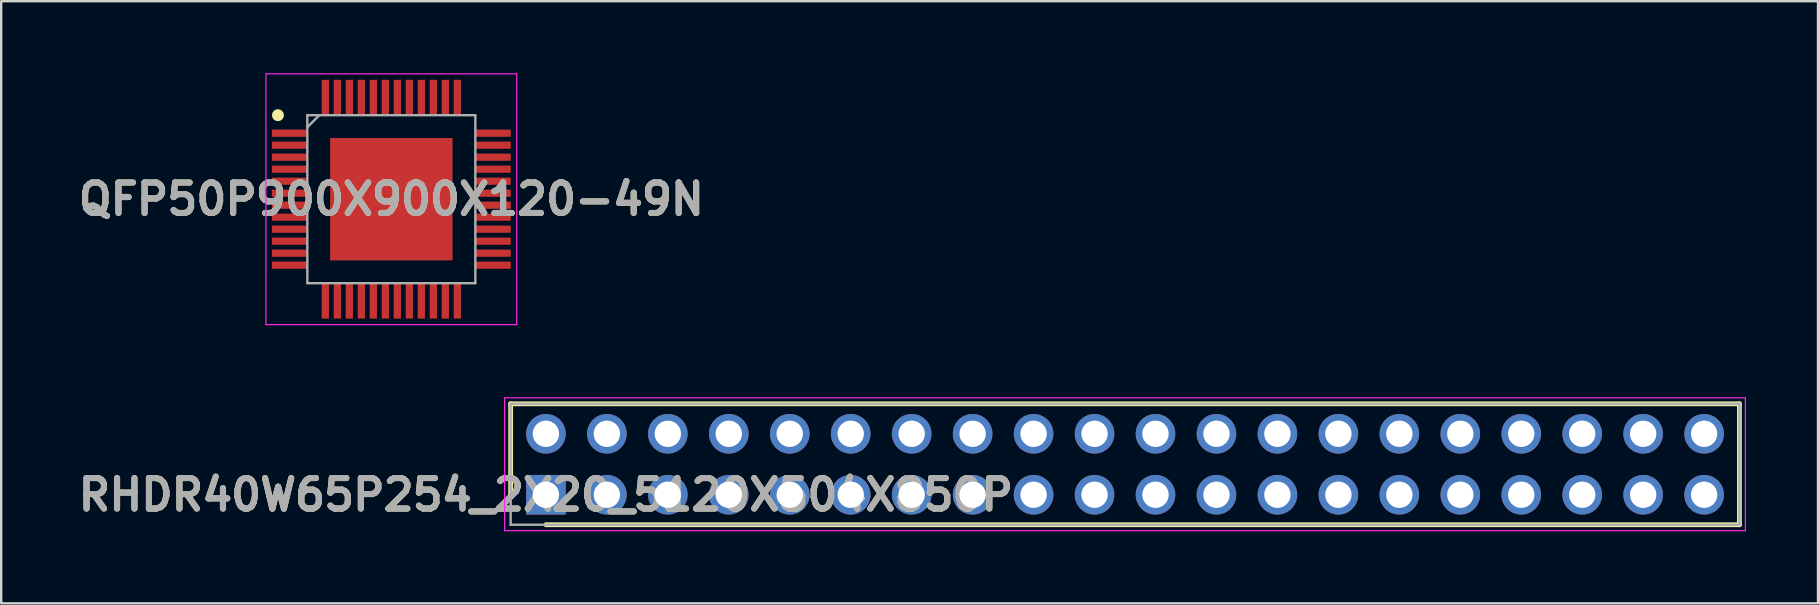
<source format=kicad_pcb>
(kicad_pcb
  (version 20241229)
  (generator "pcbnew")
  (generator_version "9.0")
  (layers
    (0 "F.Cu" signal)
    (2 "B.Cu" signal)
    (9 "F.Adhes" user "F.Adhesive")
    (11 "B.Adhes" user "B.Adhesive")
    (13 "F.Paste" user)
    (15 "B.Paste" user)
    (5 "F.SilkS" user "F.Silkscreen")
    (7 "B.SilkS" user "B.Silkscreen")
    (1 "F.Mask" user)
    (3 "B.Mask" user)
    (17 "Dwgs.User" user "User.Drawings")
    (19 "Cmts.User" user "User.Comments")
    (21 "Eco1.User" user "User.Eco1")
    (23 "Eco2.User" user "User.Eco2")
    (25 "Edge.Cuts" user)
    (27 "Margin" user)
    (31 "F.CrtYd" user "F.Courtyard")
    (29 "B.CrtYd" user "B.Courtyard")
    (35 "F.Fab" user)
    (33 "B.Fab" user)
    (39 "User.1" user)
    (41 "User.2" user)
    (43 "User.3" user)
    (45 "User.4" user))
  (footprint "RHDR40W65P254_2X20_5120X504X850P"
    (layer "F.Cu")
    (at 19.697 17.565)
    (property "Reference" "RHDR40W65P254_2X20_5120X504X850P" (at 0 0 0) (layer "F.SilkS") (effects (font (size 1.27 1.27) (thickness 0.254))))
    (attr through_hole)
    (fp_line (start -1.47 -3.79) (end -1.47 0) (stroke (width 0.2) (type solid)) (layer "F.SilkS"))
    (fp_line (start 0 1.25) (end 49.73 1.25) (stroke (width 0.2) (type solid)) (layer "F.SilkS"))
    (fp_line (start 49.73 -3.79) (end -1.47 -3.79) (stroke (width 0.2) (type solid)) (layer "F.SilkS"))
    (fp_line (start 49.73 1.25) (end 49.73 -3.79) (stroke (width 0.2) (type solid)) (layer "F.SilkS"))
    (fp_line (start -1.72 -4.04) (end 49.98 -4.04) (stroke (width 0.05) (type solid)) (layer "F.CrtYd"))
    (fp_line (start -1.72 1.5) (end -1.72 -4.04) (stroke (width 0.05) (type solid)) (layer "F.CrtYd"))
    (fp_line (start 49.98 -4.04) (end 49.98 1.5) (stroke (width 0.05) (type solid)) (layer "F.CrtYd"))
    (fp_line (start 49.98 1.5) (end -1.72 1.5) (stroke (width 0.05) (type solid)) (layer "F.CrtYd"))
    (fp_line (start -1.47 -3.79) (end 49.73 -3.79) (stroke (width 0.1) (type solid)) (layer "F.Fab"))
    (fp_line (start -1.47 1.25) (end -1.47 -3.79) (stroke (width 0.1) (type solid)) (layer "F.Fab"))
    (fp_line (start 49.73 -3.79) (end 49.73 1.25) (stroke (width 0.1) (type solid)) (layer "F.Fab"))
    (fp_line (start 49.73 1.25) (end -1.47 1.25) (stroke (width 0.1) (type solid)) (layer "F.Fab"))
    (fp_text user "${REFERENCE}" (at 0 0 0) (layer "F.Fab") (effects (font (size 1.27 1.27) (thickness 0.254))))
    (pad "1" thru_hole rect (at 0 0) (size 1.65 1.65) (drill 1.1) (layers "*.Cu" "*.Mask"))
    (pad "2" thru_hole circle (at 0 -2.54) (size 1.65 1.65) (drill 1.1) (layers "*.Cu" "*.Mask"))
    (pad "3" thru_hole circle (at 2.54 0) (size 1.65 1.65) (drill 1.1) (layers "*.Cu" "*.Mask"))
    (pad "4" thru_hole circle (at 2.54 -2.54) (size 1.65 1.65) (drill 1.1) (layers "*.Cu" "*.Mask"))
    (pad "5" thru_hole circle (at 5.08 0) (size 1.65 1.65) (drill 1.1) (layers "*.Cu" "*.Mask"))
    (pad "6" thru_hole circle (at 5.08 -2.54) (size 1.65 1.65) (drill 1.1) (layers "*.Cu" "*.Mask"))
    (pad "7" thru_hole circle (at 7.62 0) (size 1.65 1.65) (drill 1.1) (layers "*.Cu" "*.Mask"))
    (pad "8" thru_hole circle (at 7.62 -2.54) (size 1.65 1.65) (drill 1.1) (layers "*.Cu" "*.Mask"))
    (pad "9" thru_hole circle (at 10.16 0) (size 1.65 1.65) (drill 1.1) (layers "*.Cu" "*.Mask"))
    (pad "10" thru_hole circle (at 10.16 -2.54) (size 1.65 1.65) (drill 1.1) (layers "*.Cu" "*.Mask"))
    (pad "11" thru_hole circle (at 12.7 0) (size 1.65 1.65) (drill 1.1) (layers "*.Cu" "*.Mask"))
    (pad "12" thru_hole circle (at 12.7 -2.54) (size 1.65 1.65) (drill 1.1) (layers "*.Cu" "*.Mask"))
    (pad "13" thru_hole circle (at 15.24 0) (size 1.65 1.65) (drill 1.1) (layers "*.Cu" "*.Mask"))
    (pad "14" thru_hole circle (at 15.24 -2.54) (size 1.65 1.65) (drill 1.1) (layers "*.Cu" "*.Mask"))
    (pad "15" thru_hole circle (at 17.78 0) (size 1.65 1.65) (drill 1.1) (layers "*.Cu" "*.Mask"))
    (pad "16" thru_hole circle (at 17.78 -2.54) (size 1.65 1.65) (drill 1.1) (layers "*.Cu" "*.Mask"))
    (pad "17" thru_hole circle (at 20.32 0) (size 1.65 1.65) (drill 1.1) (layers "*.Cu" "*.Mask"))
    (pad "18" thru_hole circle (at 20.32 -2.54) (size 1.65 1.65) (drill 1.1) (layers "*.Cu" "*.Mask"))
    (pad "19" thru_hole circle (at 22.86 0) (size 1.65 1.65) (drill 1.1) (layers "*.Cu" "*.Mask"))
    (pad "20" thru_hole circle (at 22.86 -2.54) (size 1.65 1.65) (drill 1.1) (layers "*.Cu" "*.Mask"))
    (pad "21" thru_hole circle (at 25.4 0) (size 1.65 1.65) (drill 1.1) (layers "*.Cu" "*.Mask"))
    (pad "22" thru_hole circle (at 25.4 -2.54) (size 1.65 1.65) (drill 1.1) (layers "*.Cu" "*.Mask"))
    (pad "23" thru_hole circle (at 27.94 0) (size 1.65 1.65) (drill 1.1) (layers "*.Cu" "*.Mask"))
    (pad "24" thru_hole circle (at 27.94 -2.54) (size 1.65 1.65) (drill 1.1) (layers "*.Cu" "*.Mask"))
    (pad "25" thru_hole circle (at 30.48 0) (size 1.65 1.65) (drill 1.1) (layers "*.Cu" "*.Mask"))
    (pad "26" thru_hole circle (at 30.48 -2.54) (size 1.65 1.65) (drill 1.1) (layers "*.Cu" "*.Mask"))
    (pad "27" thru_hole circle (at 33.02 0) (size 1.65 1.65) (drill 1.1) (layers "*.Cu" "*.Mask"))
    (pad "28" thru_hole circle (at 33.02 -2.54) (size 1.65 1.65) (drill 1.1) (layers "*.Cu" "*.Mask"))
    (pad "29" thru_hole circle (at 35.56 0) (size 1.65 1.65) (drill 1.1) (layers "*.Cu" "*.Mask"))
    (pad "30" thru_hole circle (at 35.56 -2.54) (size 1.65 1.65) (drill 1.1) (layers "*.Cu" "*.Mask"))
    (pad "31" thru_hole circle (at 38.1 0) (size 1.65 1.65) (drill 1.1) (layers "*.Cu" "*.Mask"))
    (pad "32" thru_hole circle (at 38.1 -2.54) (size 1.65 1.65) (drill 1.1) (layers "*.Cu" "*.Mask"))
    (pad "33" thru_hole circle (at 40.64 0) (size 1.65 1.65) (drill 1.1) (layers "*.Cu" "*.Mask"))
    (pad "34" thru_hole circle (at 40.64 -2.54) (size 1.65 1.65) (drill 1.1) (layers "*.Cu" "*.Mask"))
    (pad "35" thru_hole circle (at 43.18 0) (size 1.65 1.65) (drill 1.1) (layers "*.Cu" "*.Mask"))
    (pad "36" thru_hole circle (at 43.18 -2.54) (size 1.65 1.65) (drill 1.1) (layers "*.Cu" "*.Mask"))
    (pad "37" thru_hole circle (at 45.72 0) (size 1.65 1.65) (drill 1.1) (layers "*.Cu" "*.Mask"))
    (pad "38" thru_hole circle (at 45.72 -2.54) (size 1.65 1.65) (drill 1.1) (layers "*.Cu" "*.Mask"))
    (pad "39" thru_hole circle (at 48.26 0) (size 1.65 1.65) (drill 1.1) (layers "*.Cu" "*.Mask"))
    (pad "40" thru_hole circle (at 48.26 -2.54) (size 1.65 1.65) (drill 1.1) (layers "*.Cu" "*.Mask")))
  (footprint "QFP50P900X900X120-49N"
    (layer "F.Cu")
    (at 13.256 5.25)
    (property "Reference" "QFP50P900X900X120-49N" (at 0 0 0) (layer "F.SilkS") (effects (font (size 1.27 1.27) (thickness 0.254))))
    (attr smd)
    (fp_circle (center -4.725 -3.5) (end -4.725 -3.375) (stroke (width 0.25) (type solid)) (fill no) (layer "F.SilkS"))
    (fp_line (start -5.225 -5.225) (end 5.225 -5.225) (stroke (width 0.05) (type solid)) (layer "F.CrtYd"))
    (fp_line (start -5.225 5.225) (end -5.225 -5.225) (stroke (width 0.05) (type solid)) (layer "F.CrtYd"))
    (fp_line (start 5.225 -5.225) (end 5.225 5.225) (stroke (width 0.05) (type solid)) (layer "F.CrtYd"))
    (fp_line (start 5.225 5.225) (end -5.225 5.225) (stroke (width 0.05) (type solid)) (layer "F.CrtYd"))
    (fp_line (start -3.5 -3.5) (end 3.5 -3.5) (stroke (width 0.1) (type solid)) (layer "F.Fab"))
    (fp_line (start -3.5 -3) (end -3 -3.5) (stroke (width 0.1) (type solid)) (layer "F.Fab"))
    (fp_line (start -3.5 3.5) (end -3.5 -3.5) (stroke (width 0.1) (type solid)) (layer "F.Fab"))
    (fp_line (start 3.5 -3.5) (end 3.5 3.5) (stroke (width 0.1) (type solid)) (layer "F.Fab"))
    (fp_line (start 3.5 3.5) (end -3.5 3.5) (stroke (width 0.1) (type solid)) (layer "F.Fab"))
    (fp_text user "${REFERENCE}" (at 0 0 0) (layer "F.Fab") (effects (font (size 1.27 1.27) (thickness 0.254))))
    (pad "1" smd rect (at -4.238 -2.75 90) (size 0.3 1.475) (layers "F.Cu" "F.Mask" "F.Paste"))
    (pad "2" smd rect (at -4.238 -2.25 90) (size 0.3 1.475) (layers "F.Cu" "F.Mask" "F.Paste"))
    (pad "3" smd rect (at -4.238 -1.75 90) (size 0.3 1.475) (layers "F.Cu" "F.Mask" "F.Paste"))
    (pad "4" smd rect (at -4.238 -1.25 90) (size 0.3 1.475) (layers "F.Cu" "F.Mask" "F.Paste"))
    (pad "5" smd rect (at -4.238 -0.75 90) (size 0.3 1.475) (layers "F.Cu" "F.Mask" "F.Paste"))
    (pad "6" smd rect (at -4.238 -0.25 90) (size 0.3 1.475) (layers "F.Cu" "F.Mask" "F.Paste"))
    (pad "7" smd rect (at -4.238 0.25 90) (size 0.3 1.475) (layers "F.Cu" "F.Mask" "F.Paste"))
    (pad "8" smd rect (at -4.238 0.75 90) (size 0.3 1.475) (layers "F.Cu" "F.Mask" "F.Paste"))
    (pad "9" smd rect (at -4.238 1.25 90) (size 0.3 1.475) (layers "F.Cu" "F.Mask" "F.Paste"))
    (pad "10" smd rect (at -4.238 1.75 90) (size 0.3 1.475) (layers "F.Cu" "F.Mask" "F.Paste"))
    (pad "11" smd rect (at -4.238 2.25 90) (size 0.3 1.475) (layers "F.Cu" "F.Mask" "F.Paste"))
    (pad "12" smd rect (at -4.238 2.75 90) (size 0.3 1.475) (layers "F.Cu" "F.Mask" "F.Paste"))
    (pad "13" smd rect (at -2.75 4.238) (size 0.3 1.475) (layers "F.Cu" "F.Mask" "F.Paste"))
    (pad "14" smd rect (at -2.25 4.238) (size 0.3 1.475) (layers "F.Cu" "F.Mask" "F.Paste"))
    (pad "15" smd rect (at -1.75 4.238) (size 0.3 1.475) (layers "F.Cu" "F.Mask" "F.Paste"))
    (pad "16" smd rect (at -1.25 4.238) (size 0.3 1.475) (layers "F.Cu" "F.Mask" "F.Paste"))
    (pad "17" smd rect (at -0.75 4.238) (size 0.3 1.475) (layers "F.Cu" "F.Mask" "F.Paste"))
    (pad "18" smd rect (at -0.25 4.238) (size 0.3 1.475) (layers "F.Cu" "F.Mask" "F.Paste"))
    (pad "19" smd rect (at 0.25 4.238) (size 0.3 1.475) (layers "F.Cu" "F.Mask" "F.Paste"))
    (pad "20" smd rect (at 0.75 4.238) (size 0.3 1.475) (layers "F.Cu" "F.Mask" "F.Paste"))
    (pad "21" smd rect (at 1.25 4.238) (size 0.3 1.475) (layers "F.Cu" "F.Mask" "F.Paste"))
    (pad "22" smd rect (at 1.75 4.238) (size 0.3 1.475) (layers "F.Cu" "F.Mask" "F.Paste"))
    (pad "23" smd rect (at 2.25 4.238) (size 0.3 1.475) (layers "F.Cu" "F.Mask" "F.Paste"))
    (pad "24" smd rect (at 2.75 4.238) (size 0.3 1.475) (layers "F.Cu" "F.Mask" "F.Paste"))
    (pad "25" smd rect (at 4.238 2.75 90) (size 0.3 1.475) (layers "F.Cu" "F.Mask" "F.Paste"))
    (pad "26" smd rect (at 4.238 2.25 90) (size 0.3 1.475) (layers "F.Cu" "F.Mask" "F.Paste"))
    (pad "27" smd rect (at 4.238 1.75 90) (size 0.3 1.475) (layers "F.Cu" "F.Mask" "F.Paste"))
    (pad "28" smd rect (at 4.238 1.25 90) (size 0.3 1.475) (layers "F.Cu" "F.Mask" "F.Paste"))
    (pad "29" smd rect (at 4.238 0.75 90) (size 0.3 1.475) (layers "F.Cu" "F.Mask" "F.Paste"))
    (pad "30" smd rect (at 4.238 0.25 90) (size 0.3 1.475) (layers "F.Cu" "F.Mask" "F.Paste"))
    (pad "31" smd rect (at 4.238 -0.25 90) (size 0.3 1.475) (layers "F.Cu" "F.Mask" "F.Paste"))
    (pad "32" smd rect (at 4.238 -0.75 90) (size 0.3 1.475) (layers "F.Cu" "F.Mask" "F.Paste"))
    (pad "33" smd rect (at 4.238 -1.25 90) (size 0.3 1.475) (layers "F.Cu" "F.Mask" "F.Paste"))
    (pad "34" smd rect (at 4.238 -1.75 90) (size 0.3 1.475) (layers "F.Cu" "F.Mask" "F.Paste"))
    (pad "35" smd rect (at 4.238 -2.25 90) (size 0.3 1.475) (layers "F.Cu" "F.Mask" "F.Paste"))
    (pad "36" smd rect (at 4.238 -2.75 90) (size 0.3 1.475) (layers "F.Cu" "F.Mask" "F.Paste"))
    (pad "37" smd rect (at 2.75 -4.238) (size 0.3 1.475) (layers "F.Cu" "F.Mask" "F.Paste"))
    (pad "38" smd rect (at 2.25 -4.238) (size 0.3 1.475) (layers "F.Cu" "F.Mask" "F.Paste"))
    (pad "39" smd rect (at 1.75 -4.238) (size 0.3 1.475) (layers "F.Cu" "F.Mask" "F.Paste"))
    (pad "40" smd rect (at 1.25 -4.238) (size 0.3 1.475) (layers "F.Cu" "F.Mask" "F.Paste"))
    (pad "41" smd rect (at 0.75 -4.238) (size 0.3 1.475) (layers "F.Cu" "F.Mask" "F.Paste"))
    (pad "42" smd rect (at 0.25 -4.238) (size 0.3 1.475) (layers "F.Cu" "F.Mask" "F.Paste"))
    (pad "43" smd rect (at -0.25 -4.238) (size 0.3 1.475) (layers "F.Cu" "F.Mask" "F.Paste"))
    (pad "44" smd rect (at -0.75 -4.238) (size 0.3 1.475) (layers "F.Cu" "F.Mask" "F.Paste"))
    (pad "45" smd rect (at -1.25 -4.238) (size 0.3 1.475) (layers "F.Cu" "F.Mask" "F.Paste"))
    (pad "46" smd rect (at -1.75 -4.238) (size 0.3 1.475) (layers "F.Cu" "F.Mask" "F.Paste"))
    (pad "47" smd rect (at -2.25 -4.238) (size 0.3 1.475) (layers "F.Cu" "F.Mask" "F.Paste"))
    (pad "48" smd rect (at -2.75 -4.238) (size 0.3 1.475) (layers "F.Cu" "F.Mask" "F.Paste"))
    (pad "49" smd rect (at 0 0) (size 5.1 5.1) (layers "F.Cu" "F.Mask" "F.Paste")))
  (gr_rect
    (start -3 -3)
    (end 72.702 22.09)
    (stroke (width 0.1) (type default))
    (fill no)
    (layer "Edge.Cuts")))
</source>
